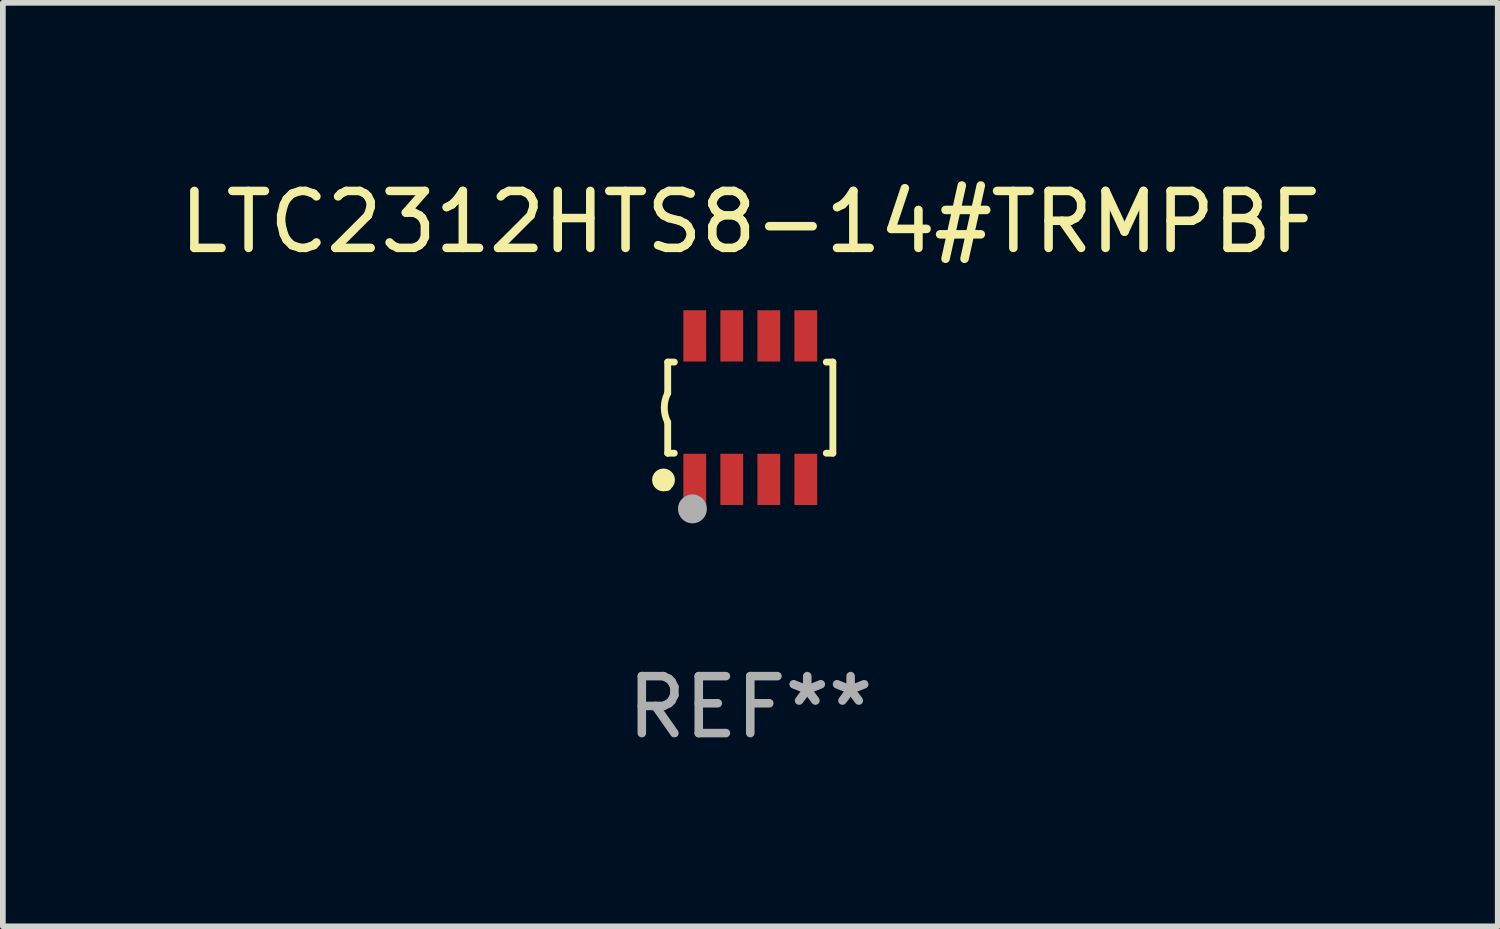
<source format=kicad_pcb>
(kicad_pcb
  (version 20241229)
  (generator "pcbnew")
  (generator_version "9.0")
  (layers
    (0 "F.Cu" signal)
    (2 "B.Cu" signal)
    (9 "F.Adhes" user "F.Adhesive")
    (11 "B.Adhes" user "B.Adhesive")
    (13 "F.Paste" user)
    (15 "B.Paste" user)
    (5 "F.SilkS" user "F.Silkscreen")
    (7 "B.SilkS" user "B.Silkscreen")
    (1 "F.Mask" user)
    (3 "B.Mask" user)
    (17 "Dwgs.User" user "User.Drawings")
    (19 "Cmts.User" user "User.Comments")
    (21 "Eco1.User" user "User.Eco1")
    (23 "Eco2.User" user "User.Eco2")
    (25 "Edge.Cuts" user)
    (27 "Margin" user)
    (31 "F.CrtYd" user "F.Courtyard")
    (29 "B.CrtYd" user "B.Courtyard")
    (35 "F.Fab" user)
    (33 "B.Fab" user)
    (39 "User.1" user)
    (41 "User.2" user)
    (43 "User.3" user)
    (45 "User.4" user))
  (footprint "LTC2312HTS8-14#TRMPBF"
    (layer "F.Cu")
    (at 10.125 4.108)
    (property "Reference" "LTC2312HTS8-14#TRMPBF" (at 0 -3.26 0) (layer "F.SilkS") (effects (font (size 1 1) (thickness 0.15))))
    (attr through_hole)
    (fp_line (start -1.45 -0.8) (end -1.45 -0.254) (stroke (width 0.12) (type solid)) (layer "F.SilkS"))
    (fp_line (start -1.45 -0.8) (end -1.334 -0.8) (stroke (width 0.12) (type solid)) (layer "F.SilkS"))
    (fp_line (start -1.45 0.8) (end -1.45 0.254) (stroke (width 0.12) (type solid)) (layer "F.SilkS"))
    (fp_line (start -1.45 0.8) (end -1.334 0.8) (stroke (width 0.12) (type solid)) (layer "F.SilkS"))
    (fp_line (start 1.334 -0.8) (end 1.45 -0.8) (stroke (width 0.12) (type solid)) (layer "F.SilkS"))
    (fp_line (start 1.334 0.8) (end 1.45 0.8) (stroke (width 0.12) (type solid)) (layer "F.SilkS"))
    (fp_line (start 1.45 0.8) (end 1.45 -0.8) (stroke (width 0.12) (type solid)) (layer "F.SilkS"))
    (fp_arc (start -1.45075 0.255144) (mid -1.510605 0.000434) (end -1.450013 -0.254102) (stroke (width 0.11999) (type solid)) (layer "F.SilkS"))
    (fp_circle (center -1.524 1.27) (end -1.424 1.27) (stroke (width 0.2) (type solid)) (fill no) (layer "F.SilkS"))
    (fp_circle (center -1.45 1.4) (end -1.42 1.4) (stroke (width 0.06) (type solid)) (fill no) (layer "F.SilkS"))
    (fp_circle (center -1.016 1.778) (end -0.889 1.778) (stroke (width 0.254) (type solid)) (fill no) (layer "F.Fab"))
    (fp_text user "REF**" (at 0 5.26 0) (layer "F.Fab") (effects (font (size 1 1) (thickness 0.15))))
    (pad "1" smd rect (at -0.975 1.26) (size 0.4 0.9) (layers "F.Cu" "F.Mask" "F.Paste"))
    (pad "2" smd rect (at -0.325 1.26) (size 0.4 0.9) (layers "F.Cu" "F.Mask" "F.Paste"))
    (pad "3" smd rect (at 0.325 1.26) (size 0.4 0.9) (layers "F.Cu" "F.Mask" "F.Paste"))
    (pad "4" smd rect (at 0.975 1.26) (size 0.4 0.9) (layers "F.Cu" "F.Mask" "F.Paste"))
    (pad "5" smd rect (at 0.975 -1.26) (size 0.4 0.9) (layers "F.Cu" "F.Mask" "F.Paste"))
    (pad "6" smd rect (at 0.325 -1.26) (size 0.4 0.9) (layers "F.Cu" "F.Mask" "F.Paste"))
    (pad "7" smd rect (at -0.325 -1.26) (size 0.4 0.9) (layers "F.Cu" "F.Mask" "F.Paste"))
    (pad "8" smd rect (at -0.975 -1.26) (size 0.4 0.9) (layers "F.Cu" "F.Mask" "F.Paste")))
  (gr_rect
    (start -3 -3)
    (end 23.25 13.216)
    (stroke (width 0.1) (type default))
    (fill no)
    (layer "Edge.Cuts")))
</source>
